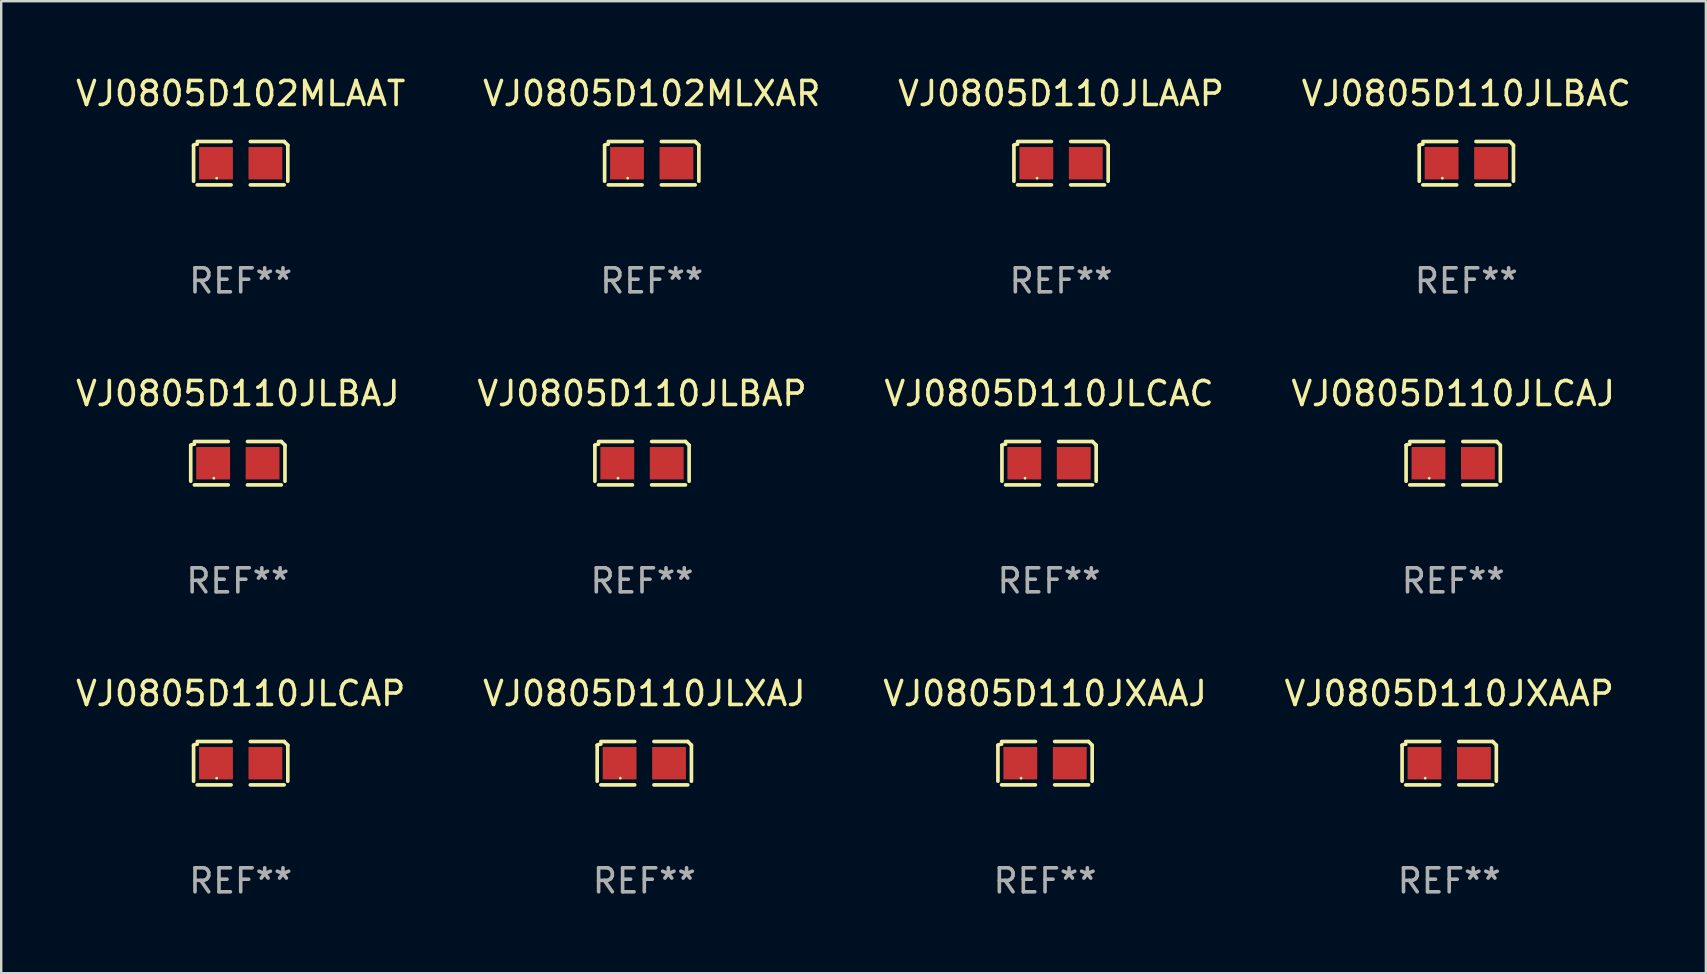
<source format=kicad_pcb>
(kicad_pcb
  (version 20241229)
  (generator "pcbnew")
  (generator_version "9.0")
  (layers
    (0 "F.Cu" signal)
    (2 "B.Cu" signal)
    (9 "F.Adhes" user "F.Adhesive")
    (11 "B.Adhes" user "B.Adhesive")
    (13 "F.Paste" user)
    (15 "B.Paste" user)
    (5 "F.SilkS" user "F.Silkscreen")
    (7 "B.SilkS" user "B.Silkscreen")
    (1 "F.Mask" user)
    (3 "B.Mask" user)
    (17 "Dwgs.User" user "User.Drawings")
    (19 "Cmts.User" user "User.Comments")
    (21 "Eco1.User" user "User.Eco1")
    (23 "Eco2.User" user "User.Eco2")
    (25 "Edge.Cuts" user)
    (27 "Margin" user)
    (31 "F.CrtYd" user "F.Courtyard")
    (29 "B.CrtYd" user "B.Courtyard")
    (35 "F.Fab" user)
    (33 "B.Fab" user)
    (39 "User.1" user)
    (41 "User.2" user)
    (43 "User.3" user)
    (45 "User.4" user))
  (footprint "VJ0805D110JXAAJ"
    (layer "F.Cu")
    (at 40.506 28.759)
    (property "Reference" "VJ0805D110JXAAJ" (at 0 -2.904 0) (layer "F.SilkS") (effects (font (size 1 1) (thickness 0.15))))
    (attr through_hole)
    (fp_line (start -1.964 0.751) (end -1.964 -0.751) (stroke (width 0.152) (type solid)) (layer "F.SilkS"))
    (fp_line (start -1.811 -0.904) (end -0.401 -0.904) (stroke (width 0.152) (type solid)) (layer "F.SilkS"))
    (fp_line (start -0.401 0.904) (end -1.811 0.904) (stroke (width 0.152) (type solid)) (layer "F.SilkS"))
    (fp_line (start 0.401 0.904) (end 1.811 0.904) (stroke (width 0.152) (type solid)) (layer "F.SilkS"))
    (fp_line (start 1.811 -0.904) (end 0.401 -0.904) (stroke (width 0.152) (type solid)) (layer "F.SilkS"))
    (fp_line (start 1.964 0.751) (end 1.964 -0.751) (stroke (width 0.152) (type solid)) (layer "F.SilkS"))
    (fp_arc (start -1.963602 -0.751207) (mid -1.890354 -0.783131) (end -1.811201 -0.794044) (stroke (width 0.1524) (type solid)) (layer "F.SilkS"))
    (fp_arc (start 1.811202 -0.903607) (mid 1.887413 -0.827418) (end 1.963602 -0.751207) (stroke (width 0.1524) (type solid)) (layer "F.SilkS"))
    (fp_circle (center -1 0.625) (end -0.97 0.625) (stroke (width 0.06) (type solid)) (fill no) (layer "F.SilkS"))
    (fp_text user "REF**" (at 0 4.904 0) (layer "F.Fab") (effects (font (size 1 1) (thickness 0.15))))
    (pad "1" smd rect (at -1.03 0) (size 1.41 1.35) (layers "F.Cu" "F.Mask" "F.Paste"))
    (pad "2" smd rect (at 1.03 0) (size 1.41 1.35) (layers "F.Cu" "F.Mask" "F.Paste")))
  (footprint "VJ0805D110JLCAC"
    (layer "F.Cu")
    (at 40.673 16.256)
    (property "Reference" "VJ0805D110JLCAC" (at 0 -2.904 0) (layer "F.SilkS") (effects (font (size 1 1) (thickness 0.15))))
    (attr through_hole)
    (fp_line (start -1.964 0.751) (end -1.964 -0.751) (stroke (width 0.152) (type solid)) (layer "F.SilkS"))
    (fp_line (start -1.811 -0.904) (end -0.401 -0.904) (stroke (width 0.152) (type solid)) (layer "F.SilkS"))
    (fp_line (start -0.401 0.904) (end -1.811 0.904) (stroke (width 0.152) (type solid)) (layer "F.SilkS"))
    (fp_line (start 0.401 0.904) (end 1.811 0.904) (stroke (width 0.152) (type solid)) (layer "F.SilkS"))
    (fp_line (start 1.811 -0.904) (end 0.401 -0.904) (stroke (width 0.152) (type solid)) (layer "F.SilkS"))
    (fp_line (start 1.964 0.751) (end 1.964 -0.751) (stroke (width 0.152) (type solid)) (layer "F.SilkS"))
    (fp_arc (start -1.963602 -0.751207) (mid -1.890354 -0.783131) (end -1.811201 -0.794044) (stroke (width 0.1524) (type solid)) (layer "F.SilkS"))
    (fp_arc (start 1.811202 -0.903607) (mid 1.887413 -0.827418) (end 1.963602 -0.751207) (stroke (width 0.1524) (type solid)) (layer "F.SilkS"))
    (fp_circle (center -1 0.625) (end -0.97 0.625) (stroke (width 0.06) (type solid)) (fill no) (layer "F.SilkS"))
    (fp_text user "REF**" (at 0 4.904 0) (layer "F.Fab") (effects (font (size 1 1) (thickness 0.15))))
    (pad "1" smd rect (at -1.03 0) (size 1.41 1.35) (layers "F.Cu" "F.Mask" "F.Paste"))
    (pad "2" smd rect (at 1.03 0) (size 1.41 1.35) (layers "F.Cu" "F.Mask" "F.Paste")))
  (footprint "VJ0805D110JLCAP"
    (layer "F.Cu")
    (at 6.982 28.759)
    (property "Reference" "VJ0805D110JLCAP" (at 0 -2.904 0) (layer "F.SilkS") (effects (font (size 1 1) (thickness 0.15))))
    (attr through_hole)
    (fp_line (start -1.964 0.751) (end -1.964 -0.751) (stroke (width 0.152) (type solid)) (layer "F.SilkS"))
    (fp_line (start -1.811 -0.904) (end -0.401 -0.904) (stroke (width 0.152) (type solid)) (layer "F.SilkS"))
    (fp_line (start -0.401 0.904) (end -1.811 0.904) (stroke (width 0.152) (type solid)) (layer "F.SilkS"))
    (fp_line (start 0.401 0.904) (end 1.811 0.904) (stroke (width 0.152) (type solid)) (layer "F.SilkS"))
    (fp_line (start 1.811 -0.904) (end 0.401 -0.904) (stroke (width 0.152) (type solid)) (layer "F.SilkS"))
    (fp_line (start 1.964 0.751) (end 1.964 -0.751) (stroke (width 0.152) (type solid)) (layer "F.SilkS"))
    (fp_arc (start -1.963602 -0.751207) (mid -1.890354 -0.783131) (end -1.811201 -0.794044) (stroke (width 0.1524) (type solid)) (layer "F.SilkS"))
    (fp_arc (start 1.811202 -0.903607) (mid 1.887413 -0.827418) (end 1.963602 -0.751207) (stroke (width 0.1524) (type solid)) (layer "F.SilkS"))
    (fp_circle (center -1 0.625) (end -0.97 0.625) (stroke (width 0.06) (type solid)) (fill no) (layer "F.SilkS"))
    (fp_text user "REF**" (at 0 4.904 0) (layer "F.Fab") (effects (font (size 1 1) (thickness 0.15))))
    (pad "1" smd rect (at -1.03 0) (size 1.41 1.35) (layers "F.Cu" "F.Mask" "F.Paste"))
    (pad "2" smd rect (at 1.03 0) (size 1.41 1.35) (layers "F.Cu" "F.Mask" "F.Paste")))
  (footprint "VJ0805D110JLAAP"
    (layer "F.Cu")
    (at 41.173 3.752)
    (property "Reference" "VJ0805D110JLAAP" (at 0 -2.904 0) (layer "F.SilkS") (effects (font (size 1 1) (thickness 0.15))))
    (attr through_hole)
    (fp_line (start -1.964 0.751) (end -1.964 -0.751) (stroke (width 0.152) (type solid)) (layer "F.SilkS"))
    (fp_line (start -1.811 -0.904) (end -0.401 -0.904) (stroke (width 0.152) (type solid)) (layer "F.SilkS"))
    (fp_line (start -0.401 0.904) (end -1.811 0.904) (stroke (width 0.152) (type solid)) (layer "F.SilkS"))
    (fp_line (start 0.401 0.904) (end 1.811 0.904) (stroke (width 0.152) (type solid)) (layer "F.SilkS"))
    (fp_line (start 1.811 -0.904) (end 0.401 -0.904) (stroke (width 0.152) (type solid)) (layer "F.SilkS"))
    (fp_line (start 1.964 0.751) (end 1.964 -0.751) (stroke (width 0.152) (type solid)) (layer "F.SilkS"))
    (fp_arc (start -1.963602 -0.751207) (mid -1.890354 -0.783131) (end -1.811201 -0.794044) (stroke (width 0.1524) (type solid)) (layer "F.SilkS"))
    (fp_arc (start 1.811202 -0.903607) (mid 1.887413 -0.827418) (end 1.963602 -0.751207) (stroke (width 0.1524) (type solid)) (layer "F.SilkS"))
    (fp_circle (center -1 0.625) (end -0.97 0.625) (stroke (width 0.06) (type solid)) (fill no) (layer "F.SilkS"))
    (fp_text user "REF**" (at 0 4.904 0) (layer "F.Fab") (effects (font (size 1 1) (thickness 0.15))))
    (pad "1" smd rect (at -1.03 0) (size 1.41 1.35) (layers "F.Cu" "F.Mask" "F.Paste"))
    (pad "2" smd rect (at 1.03 0) (size 1.41 1.35) (layers "F.Cu" "F.Mask" "F.Paste")))
  (footprint "VJ0805D102MLXAR"
    (layer "F.Cu")
    (at 24.113 3.752)
    (property "Reference" "VJ0805D102MLXAR" (at 0 -2.904 0) (layer "F.SilkS") (effects (font (size 1 1) (thickness 0.15))))
    (attr through_hole)
    (fp_line (start -1.964 0.751) (end -1.964 -0.751) (stroke (width 0.152) (type solid)) (layer "F.SilkS"))
    (fp_line (start -1.811 -0.904) (end -0.401 -0.904) (stroke (width 0.152) (type solid)) (layer "F.SilkS"))
    (fp_line (start -0.401 0.904) (end -1.811 0.904) (stroke (width 0.152) (type solid)) (layer "F.SilkS"))
    (fp_line (start 0.401 0.904) (end 1.811 0.904) (stroke (width 0.152) (type solid)) (layer "F.SilkS"))
    (fp_line (start 1.811 -0.904) (end 0.401 -0.904) (stroke (width 0.152) (type solid)) (layer "F.SilkS"))
    (fp_line (start 1.964 0.751) (end 1.964 -0.751) (stroke (width 0.152) (type solid)) (layer "F.SilkS"))
    (fp_arc (start -1.963602 -0.751207) (mid -1.890354 -0.783131) (end -1.811201 -0.794044) (stroke (width 0.1524) (type solid)) (layer "F.SilkS"))
    (fp_arc (start 1.811202 -0.903607) (mid 1.887413 -0.827418) (end 1.963602 -0.751207) (stroke (width 0.1524) (type solid)) (layer "F.SilkS"))
    (fp_circle (center -1 0.625) (end -0.97 0.625) (stroke (width 0.06) (type solid)) (fill no) (layer "F.SilkS"))
    (fp_text user "REF**" (at 0 4.904 0) (layer "F.Fab") (effects (font (size 1 1) (thickness 0.15))))
    (pad "1" smd rect (at -1.03 0) (size 1.41 1.35) (layers "F.Cu" "F.Mask" "F.Paste"))
    (pad "2" smd rect (at 1.03 0) (size 1.41 1.35) (layers "F.Cu" "F.Mask" "F.Paste")))
  (footprint "VJ0805D110JLBAP"
    (layer "F.Cu")
    (at 23.708 16.256)
    (property "Reference" "VJ0805D110JLBAP" (at 0 -2.904 0) (layer "F.SilkS") (effects (font (size 1 1) (thickness 0.15))))
    (attr through_hole)
    (fp_line (start -1.964 0.751) (end -1.964 -0.751) (stroke (width 0.152) (type solid)) (layer "F.SilkS"))
    (fp_line (start -1.811 -0.904) (end -0.401 -0.904) (stroke (width 0.152) (type solid)) (layer "F.SilkS"))
    (fp_line (start -0.401 0.904) (end -1.811 0.904) (stroke (width 0.152) (type solid)) (layer "F.SilkS"))
    (fp_line (start 0.401 0.904) (end 1.811 0.904) (stroke (width 0.152) (type solid)) (layer "F.SilkS"))
    (fp_line (start 1.811 -0.904) (end 0.401 -0.904) (stroke (width 0.152) (type solid)) (layer "F.SilkS"))
    (fp_line (start 1.964 0.751) (end 1.964 -0.751) (stroke (width 0.152) (type solid)) (layer "F.SilkS"))
    (fp_arc (start -1.963602 -0.751207) (mid -1.890354 -0.783131) (end -1.811201 -0.794044) (stroke (width 0.1524) (type solid)) (layer "F.SilkS"))
    (fp_arc (start 1.811202 -0.903607) (mid 1.887413 -0.827418) (end 1.963602 -0.751207) (stroke (width 0.1524) (type solid)) (layer "F.SilkS"))
    (fp_circle (center -1 0.625) (end -0.97 0.625) (stroke (width 0.06) (type solid)) (fill no) (layer "F.SilkS"))
    (fp_text user "REF**" (at 0 4.904 0) (layer "F.Fab") (effects (font (size 1 1) (thickness 0.15))))
    (pad "1" smd rect (at -1.03 0) (size 1.41 1.35) (layers "F.Cu" "F.Mask" "F.Paste"))
    (pad "2" smd rect (at 1.03 0) (size 1.41 1.35) (layers "F.Cu" "F.Mask" "F.Paste")))
  (footprint "VJ0805D110JXAAP"
    (layer "F.Cu")
    (at 57.351 28.759)
    (property "Reference" "VJ0805D110JXAAP" (at 0 -2.904 0) (layer "F.SilkS") (effects (font (size 1 1) (thickness 0.15))))
    (attr through_hole)
    (fp_line (start -1.964 0.751) (end -1.964 -0.751) (stroke (width 0.152) (type solid)) (layer "F.SilkS"))
    (fp_line (start -1.811 -0.904) (end -0.401 -0.904) (stroke (width 0.152) (type solid)) (layer "F.SilkS"))
    (fp_line (start -0.401 0.904) (end -1.811 0.904) (stroke (width 0.152) (type solid)) (layer "F.SilkS"))
    (fp_line (start 0.401 0.904) (end 1.811 0.904) (stroke (width 0.152) (type solid)) (layer "F.SilkS"))
    (fp_line (start 1.811 -0.904) (end 0.401 -0.904) (stroke (width 0.152) (type solid)) (layer "F.SilkS"))
    (fp_line (start 1.964 0.751) (end 1.964 -0.751) (stroke (width 0.152) (type solid)) (layer "F.SilkS"))
    (fp_arc (start -1.963602 -0.751207) (mid -1.890354 -0.783131) (end -1.811201 -0.794044) (stroke (width 0.1524) (type solid)) (layer "F.SilkS"))
    (fp_arc (start 1.811202 -0.903607) (mid 1.887413 -0.827418) (end 1.963602 -0.751207) (stroke (width 0.1524) (type solid)) (layer "F.SilkS"))
    (fp_circle (center -1 0.625) (end -0.97 0.625) (stroke (width 0.06) (type solid)) (fill no) (layer "F.SilkS"))
    (fp_text user "REF**" (at 0 4.904 0) (layer "F.Fab") (effects (font (size 1 1) (thickness 0.15))))
    (pad "1" smd rect (at -1.03 0) (size 1.41 1.35) (layers "F.Cu" "F.Mask" "F.Paste"))
    (pad "2" smd rect (at 1.03 0) (size 1.41 1.35) (layers "F.Cu" "F.Mask" "F.Paste")))
  (footprint "VJ0805D110JLCAJ"
    (layer "F.Cu")
    (at 57.518 16.256)
    (property "Reference" "VJ0805D110JLCAJ" (at 0 -2.904 0) (layer "F.SilkS") (effects (font (size 1 1) (thickness 0.15))))
    (attr through_hole)
    (fp_line (start -1.964 0.751) (end -1.964 -0.751) (stroke (width 0.152) (type solid)) (layer "F.SilkS"))
    (fp_line (start -1.811 -0.904) (end -0.401 -0.904) (stroke (width 0.152) (type solid)) (layer "F.SilkS"))
    (fp_line (start -0.401 0.904) (end -1.811 0.904) (stroke (width 0.152) (type solid)) (layer "F.SilkS"))
    (fp_line (start 0.401 0.904) (end 1.811 0.904) (stroke (width 0.152) (type solid)) (layer "F.SilkS"))
    (fp_line (start 1.811 -0.904) (end 0.401 -0.904) (stroke (width 0.152) (type solid)) (layer "F.SilkS"))
    (fp_line (start 1.964 0.751) (end 1.964 -0.751) (stroke (width 0.152) (type solid)) (layer "F.SilkS"))
    (fp_arc (start -1.963602 -0.751207) (mid -1.890354 -0.783131) (end -1.811201 -0.794044) (stroke (width 0.1524) (type solid)) (layer "F.SilkS"))
    (fp_arc (start 1.811202 -0.903607) (mid 1.887413 -0.827418) (end 1.963602 -0.751207) (stroke (width 0.1524) (type solid)) (layer "F.SilkS"))
    (fp_circle (center -1 0.625) (end -0.97 0.625) (stroke (width 0.06) (type solid)) (fill no) (layer "F.SilkS"))
    (fp_text user "REF**" (at 0 4.904 0) (layer "F.Fab") (effects (font (size 1 1) (thickness 0.15))))
    (pad "1" smd rect (at -1.03 0) (size 1.41 1.35) (layers "F.Cu" "F.Mask" "F.Paste"))
    (pad "2" smd rect (at 1.03 0) (size 1.41 1.35) (layers "F.Cu" "F.Mask" "F.Paste")))
  (footprint "VJ0805D110JLBAC"
    (layer "F.Cu")
    (at 58.065 3.752)
    (property "Reference" "VJ0805D110JLBAC" (at 0 -2.904 0) (layer "F.SilkS") (effects (font (size 1 1) (thickness 0.15))))
    (attr through_hole)
    (fp_line (start -1.964 0.751) (end -1.964 -0.751) (stroke (width 0.152) (type solid)) (layer "F.SilkS"))
    (fp_line (start -1.811 -0.904) (end -0.401 -0.904) (stroke (width 0.152) (type solid)) (layer "F.SilkS"))
    (fp_line (start -0.401 0.904) (end -1.811 0.904) (stroke (width 0.152) (type solid)) (layer "F.SilkS"))
    (fp_line (start 0.401 0.904) (end 1.811 0.904) (stroke (width 0.152) (type solid)) (layer "F.SilkS"))
    (fp_line (start 1.811 -0.904) (end 0.401 -0.904) (stroke (width 0.152) (type solid)) (layer "F.SilkS"))
    (fp_line (start 1.964 0.751) (end 1.964 -0.751) (stroke (width 0.152) (type solid)) (layer "F.SilkS"))
    (fp_arc (start -1.963602 -0.751207) (mid -1.890354 -0.783131) (end -1.811201 -0.794044) (stroke (width 0.1524) (type solid)) (layer "F.SilkS"))
    (fp_arc (start 1.811202 -0.903607) (mid 1.887413 -0.827418) (end 1.963602 -0.751207) (stroke (width 0.1524) (type solid)) (layer "F.SilkS"))
    (fp_circle (center -1 0.625) (end -0.97 0.625) (stroke (width 0.06) (type solid)) (fill no) (layer "F.SilkS"))
    (fp_text user "REF**" (at 0 4.904 0) (layer "F.Fab") (effects (font (size 1 1) (thickness 0.15))))
    (pad "1" smd rect (at -1.03 0) (size 1.41 1.35) (layers "F.Cu" "F.Mask" "F.Paste"))
    (pad "2" smd rect (at 1.03 0) (size 1.41 1.35) (layers "F.Cu" "F.Mask" "F.Paste")))
  (footprint "VJ0805D110JLXAJ"
    (layer "F.Cu")
    (at 23.804 28.759)
    (property "Reference" "VJ0805D110JLXAJ" (at 0 -2.904 0) (layer "F.SilkS") (effects (font (size 1 1) (thickness 0.15))))
    (attr through_hole)
    (fp_line (start -1.964 0.751) (end -1.964 -0.751) (stroke (width 0.152) (type solid)) (layer "F.SilkS"))
    (fp_line (start -1.811 -0.904) (end -0.401 -0.904) (stroke (width 0.152) (type solid)) (layer "F.SilkS"))
    (fp_line (start -0.401 0.904) (end -1.811 0.904) (stroke (width 0.152) (type solid)) (layer "F.SilkS"))
    (fp_line (start 0.401 0.904) (end 1.811 0.904) (stroke (width 0.152) (type solid)) (layer "F.SilkS"))
    (fp_line (start 1.811 -0.904) (end 0.401 -0.904) (stroke (width 0.152) (type solid)) (layer "F.SilkS"))
    (fp_line (start 1.964 0.751) (end 1.964 -0.751) (stroke (width 0.152) (type solid)) (layer "F.SilkS"))
    (fp_arc (start -1.963602 -0.751207) (mid -1.890354 -0.783131) (end -1.811201 -0.794044) (stroke (width 0.1524) (type solid)) (layer "F.SilkS"))
    (fp_arc (start 1.811202 -0.903607) (mid 1.887413 -0.827418) (end 1.963602 -0.751207) (stroke (width 0.1524) (type solid)) (layer "F.SilkS"))
    (fp_circle (center -1 0.625) (end -0.97 0.625) (stroke (width 0.06) (type solid)) (fill no) (layer "F.SilkS"))
    (fp_text user "REF**" (at 0 4.904 0) (layer "F.Fab") (effects (font (size 1 1) (thickness 0.15))))
    (pad "1" smd rect (at -1.03 0) (size 1.41 1.35) (layers "F.Cu" "F.Mask" "F.Paste"))
    (pad "2" smd rect (at 1.03 0) (size 1.41 1.35) (layers "F.Cu" "F.Mask" "F.Paste")))
  (footprint "VJ0805D102MLAAT"
    (layer "F.Cu")
    (at 6.982 3.752)
    (property "Reference" "VJ0805D102MLAAT" (at 0 -2.904 0) (layer "F.SilkS") (effects (font (size 1 1) (thickness 0.15))))
    (attr through_hole)
    (fp_line (start -1.964 0.751) (end -1.964 -0.751) (stroke (width 0.152) (type solid)) (layer "F.SilkS"))
    (fp_line (start -1.811 -0.904) (end -0.401 -0.904) (stroke (width 0.152) (type solid)) (layer "F.SilkS"))
    (fp_line (start -0.401 0.904) (end -1.811 0.904) (stroke (width 0.152) (type solid)) (layer "F.SilkS"))
    (fp_line (start 0.401 0.904) (end 1.811 0.904) (stroke (width 0.152) (type solid)) (layer "F.SilkS"))
    (fp_line (start 1.811 -0.904) (end 0.401 -0.904) (stroke (width 0.152) (type solid)) (layer "F.SilkS"))
    (fp_line (start 1.964 0.751) (end 1.964 -0.751) (stroke (width 0.152) (type solid)) (layer "F.SilkS"))
    (fp_arc (start -1.963602 -0.751207) (mid -1.890354 -0.783131) (end -1.811201 -0.794044) (stroke (width 0.1524) (type solid)) (layer "F.SilkS"))
    (fp_arc (start 1.811202 -0.903607) (mid 1.887413 -0.827418) (end 1.963602 -0.751207) (stroke (width 0.1524) (type solid)) (layer "F.SilkS"))
    (fp_circle (center -1 0.625) (end -0.97 0.625) (stroke (width 0.06) (type solid)) (fill no) (layer "F.SilkS"))
    (fp_text user "REF**" (at 0 4.904 0) (layer "F.Fab") (effects (font (size 1 1) (thickness 0.15))))
    (pad "1" smd rect (at -1.03 0) (size 1.41 1.35) (layers "F.Cu" "F.Mask" "F.Paste"))
    (pad "2" smd rect (at 1.03 0) (size 1.41 1.35) (layers "F.Cu" "F.Mask" "F.Paste")))
  (footprint "VJ0805D110JLBAJ"
    (layer "F.Cu")
    (at 6.863 16.256)
    (property "Reference" "VJ0805D110JLBAJ" (at 0 -2.904 0) (layer "F.SilkS") (effects (font (size 1 1) (thickness 0.15))))
    (attr through_hole)
    (fp_line (start -1.964 0.751) (end -1.964 -0.751) (stroke (width 0.152) (type solid)) (layer "F.SilkS"))
    (fp_line (start -1.811 -0.904) (end -0.401 -0.904) (stroke (width 0.152) (type solid)) (layer "F.SilkS"))
    (fp_line (start -0.401 0.904) (end -1.811 0.904) (stroke (width 0.152) (type solid)) (layer "F.SilkS"))
    (fp_line (start 0.401 0.904) (end 1.811 0.904) (stroke (width 0.152) (type solid)) (layer "F.SilkS"))
    (fp_line (start 1.811 -0.904) (end 0.401 -0.904) (stroke (width 0.152) (type solid)) (layer "F.SilkS"))
    (fp_line (start 1.964 0.751) (end 1.964 -0.751) (stroke (width 0.152) (type solid)) (layer "F.SilkS"))
    (fp_arc (start -1.963602 -0.751207) (mid -1.890354 -0.783131) (end -1.811201 -0.794044) (stroke (width 0.1524) (type solid)) (layer "F.SilkS"))
    (fp_arc (start 1.811202 -0.903607) (mid 1.887413 -0.827418) (end 1.963602 -0.751207) (stroke (width 0.1524) (type solid)) (layer "F.SilkS"))
    (fp_circle (center -1 0.625) (end -0.97 0.625) (stroke (width 0.06) (type solid)) (fill no) (layer "F.SilkS"))
    (fp_text user "REF**" (at 0 4.904 0) (layer "F.Fab") (effects (font (size 1 1) (thickness 0.15))))
    (pad "1" smd rect (at -1.03 0) (size 1.41 1.35) (layers "F.Cu" "F.Mask" "F.Paste"))
    (pad "2" smd rect (at 1.03 0) (size 1.41 1.35) (layers "F.Cu" "F.Mask" "F.Paste")))
  (gr_rect
    (start -3 -3)
    (end 68.048 37.511)
    (stroke (width 0.1) (type default))
    (fill no)
    (layer "Edge.Cuts")))
</source>
